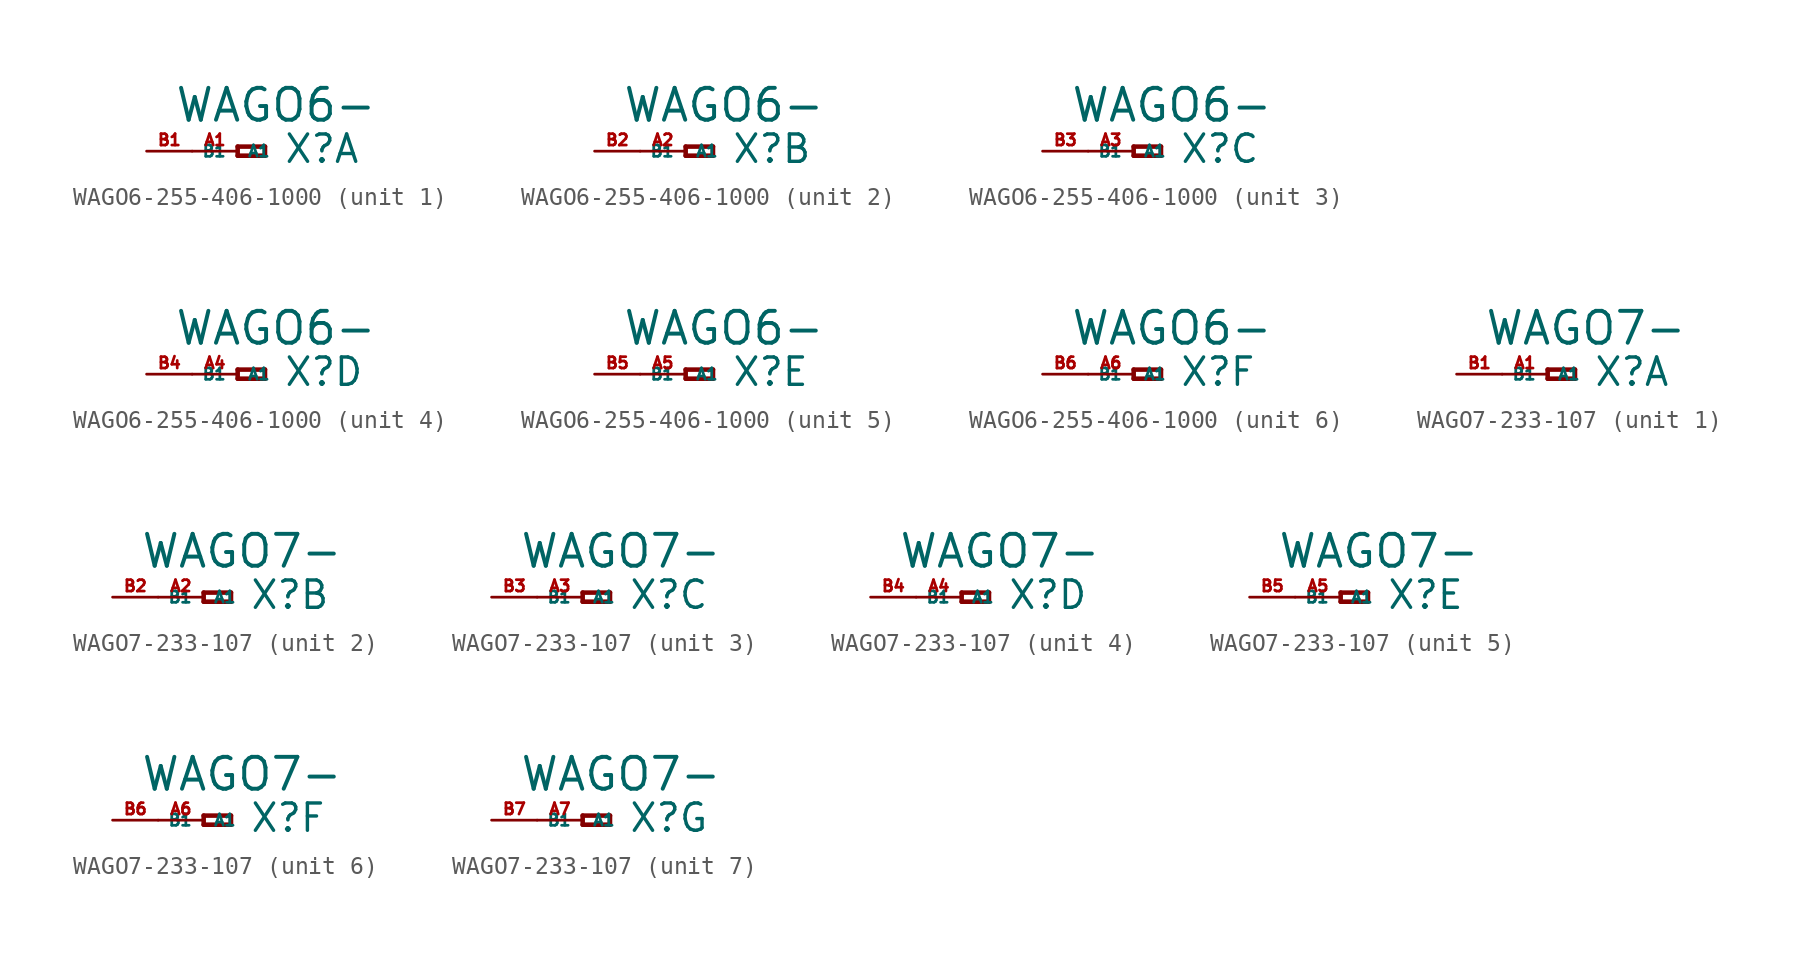
<source format=kicad_sym>
(kicad_symbol_lib
  (version 20220914)
  (generator Eagle2Kicad)
  (symbol "WAGO6-255-406-1000"
    (property "Reference" "X"
      (at 2.54 -0.762 0)
      (effects (font (size 1.524 1.524) (thickness 0.19)) (justify left bottom)))
    (property "Value" "WAGO6-"
      (at -3.556 1.524 0)
      (effects (font (size 1.778 1.778) (thickness 0.22)) (justify left bottom)))
    (symbol "WAGO6-255-406-1000_1_0"
      (polyline (pts (xy 0 0.254) (xy 0 -0.254)) (stroke (width 0.254) (type default)) (fill (type none)))
      (polyline (pts (xy 0 -0.254) (xy 1.524 -0.254)) (stroke (width 0.254) (type default)) (fill (type none)))
      (polyline (pts (xy 1.524 -0.254) (xy 1.524 0.254)) (stroke (width 0.254) (type default)) (fill (type none)))
      (polyline (pts (xy 1.524 0.254) (xy 0 0.254)) (stroke (width 0.254) (type default)) (fill (type none)))
      (pin passive line (at -2.54 0 0) (length 2.54) (name "A1" (effects (font (size 0.635 0.635) (thickness 0.08)) (justify left bottom))) (number "A1" (effects (font (size 0.635 0.635) (thickness 0.08)) (justify left bottom))))
      (pin passive line (at -5.08 0 0) (length 2.54) (name "B1" (effects (font (size 0.635 0.635) (thickness 0.08)) (justify left bottom))) (number "B1" (effects (font (size 0.635 0.635) (thickness 0.08)) (justify left bottom)))))
    (symbol "WAGO6-255-406-1000_2_0"
      (polyline (pts (xy 0 0.254) (xy 0 -0.254)) (stroke (width 0.254) (type default)) (fill (type none)))
      (polyline (pts (xy 0 -0.254) (xy 1.524 -0.254)) (stroke (width 0.254) (type default)) (fill (type none)))
      (polyline (pts (xy 1.524 -0.254) (xy 1.524 0.254)) (stroke (width 0.254) (type default)) (fill (type none)))
      (polyline (pts (xy 1.524 0.254) (xy 0 0.254)) (stroke (width 0.254) (type default)) (fill (type none)))
      (pin passive line (at -2.54 0 0) (length 2.54) (name "A1" (effects (font (size 0.635 0.635) (thickness 0.08)) (justify left bottom))) (number "A2" (effects (font (size 0.635 0.635) (thickness 0.08)) (justify left bottom))))
      (pin passive line (at -5.08 0 0) (length 2.54) (name "B1" (effects (font (size 0.635 0.635) (thickness 0.08)) (justify left bottom))) (number "B2" (effects (font (size 0.635 0.635) (thickness 0.08)) (justify left bottom)))))
    (symbol "WAGO6-255-406-1000_3_0"
      (polyline (pts (xy 0 0.254) (xy 0 -0.254)) (stroke (width 0.254) (type default)) (fill (type none)))
      (polyline (pts (xy 0 -0.254) (xy 1.524 -0.254)) (stroke (width 0.254) (type default)) (fill (type none)))
      (polyline (pts (xy 1.524 -0.254) (xy 1.524 0.254)) (stroke (width 0.254) (type default)) (fill (type none)))
      (polyline (pts (xy 1.524 0.254) (xy 0 0.254)) (stroke (width 0.254) (type default)) (fill (type none)))
      (pin passive line (at -2.54 0 0) (length 2.54) (name "A1" (effects (font (size 0.635 0.635) (thickness 0.08)) (justify left bottom))) (number "A3" (effects (font (size 0.635 0.635) (thickness 0.08)) (justify left bottom))))
      (pin passive line (at -5.08 0 0) (length 2.54) (name "B1" (effects (font (size 0.635 0.635) (thickness 0.08)) (justify left bottom))) (number "B3" (effects (font (size 0.635 0.635) (thickness 0.08)) (justify left bottom)))))
    (symbol "WAGO6-255-406-1000_4_0"
      (polyline (pts (xy 0 0.254) (xy 0 -0.254)) (stroke (width 0.254) (type default)) (fill (type none)))
      (polyline (pts (xy 0 -0.254) (xy 1.524 -0.254)) (stroke (width 0.254) (type default)) (fill (type none)))
      (polyline (pts (xy 1.524 -0.254) (xy 1.524 0.254)) (stroke (width 0.254) (type default)) (fill (type none)))
      (polyline (pts (xy 1.524 0.254) (xy 0 0.254)) (stroke (width 0.254) (type default)) (fill (type none)))
      (pin passive line (at -2.54 0 0) (length 2.54) (name "A1" (effects (font (size 0.635 0.635) (thickness 0.08)) (justify left bottom))) (number "A4" (effects (font (size 0.635 0.635) (thickness 0.08)) (justify left bottom))))
      (pin passive line (at -5.08 0 0) (length 2.54) (name "B1" (effects (font (size 0.635 0.635) (thickness 0.08)) (justify left bottom))) (number "B4" (effects (font (size 0.635 0.635) (thickness 0.08)) (justify left bottom)))))
    (symbol "WAGO6-255-406-1000_5_0"
      (polyline (pts (xy 0 0.254) (xy 0 -0.254)) (stroke (width 0.254) (type default)) (fill (type none)))
      (polyline (pts (xy 0 -0.254) (xy 1.524 -0.254)) (stroke (width 0.254) (type default)) (fill (type none)))
      (polyline (pts (xy 1.524 -0.254) (xy 1.524 0.254)) (stroke (width 0.254) (type default)) (fill (type none)))
      (polyline (pts (xy 1.524 0.254) (xy 0 0.254)) (stroke (width 0.254) (type default)) (fill (type none)))
      (pin passive line (at -2.54 0 0) (length 2.54) (name "A1" (effects (font (size 0.635 0.635) (thickness 0.08)) (justify left bottom))) (number "A5" (effects (font (size 0.635 0.635) (thickness 0.08)) (justify left bottom))))
      (pin passive line (at -5.08 0 0) (length 2.54) (name "B1" (effects (font (size 0.635 0.635) (thickness 0.08)) (justify left bottom))) (number "B5" (effects (font (size 0.635 0.635) (thickness 0.08)) (justify left bottom)))))
    (symbol "WAGO6-255-406-1000_6_0"
      (polyline (pts (xy 0 0.254) (xy 0 -0.254)) (stroke (width 0.254) (type default)) (fill (type none)))
      (polyline (pts (xy 0 -0.254) (xy 1.524 -0.254)) (stroke (width 0.254) (type default)) (fill (type none)))
      (polyline (pts (xy 1.524 -0.254) (xy 1.524 0.254)) (stroke (width 0.254) (type default)) (fill (type none)))
      (polyline (pts (xy 1.524 0.254) (xy 0 0.254)) (stroke (width 0.254) (type default)) (fill (type none)))
      (pin passive line (at -2.54 0 0) (length 2.54) (name "A1" (effects (font (size 0.635 0.635) (thickness 0.08)) (justify left bottom))) (number "A6" (effects (font (size 0.635 0.635) (thickness 0.08)) (justify left bottom))))
      (pin passive line (at -5.08 0 0) (length 2.54) (name "B1" (effects (font (size 0.635 0.635) (thickness 0.08)) (justify left bottom))) (number "B6" (effects (font (size 0.635 0.635) (thickness 0.08)) (justify left bottom))))))
  (symbol "WAGO7-233-107"
    (property "Reference" "X"
      (at 2.54 -0.762 0)
      (effects (font (size 1.524 1.524) (thickness 0.19)) (justify left bottom)))
    (property "Value" "WAGO7-"
      (at -3.556 1.524 0)
      (effects (font (size 1.778 1.778) (thickness 0.22)) (justify left bottom)))
    (symbol "WAGO7-233-107_1_0"
      (polyline (pts (xy 0 0.254) (xy 0 -0.254)) (stroke (width 0.254) (type default)) (fill (type none)))
      (polyline (pts (xy 0 -0.254) (xy 1.524 -0.254)) (stroke (width 0.254) (type default)) (fill (type none)))
      (polyline (pts (xy 1.524 -0.254) (xy 1.524 0.254)) (stroke (width 0.254) (type default)) (fill (type none)))
      (polyline (pts (xy 1.524 0.254) (xy 0 0.254)) (stroke (width 0.254) (type default)) (fill (type none)))
      (pin passive line (at -2.54 0 0) (length 2.54) (name "A1" (effects (font (size 0.635 0.635) (thickness 0.08)) (justify left bottom))) (number "A1" (effects (font (size 0.635 0.635) (thickness 0.08)) (justify left bottom))))
      (pin passive line (at -5.08 0 0) (length 2.54) (name "B1" (effects (font (size 0.635 0.635) (thickness 0.08)) (justify left bottom))) (number "B1" (effects (font (size 0.635 0.635) (thickness 0.08)) (justify left bottom)))))
    (symbol "WAGO7-233-107_2_0"
      (polyline (pts (xy 0 0.254) (xy 0 -0.254)) (stroke (width 0.254) (type default)) (fill (type none)))
      (polyline (pts (xy 0 -0.254) (xy 1.524 -0.254)) (stroke (width 0.254) (type default)) (fill (type none)))
      (polyline (pts (xy 1.524 -0.254) (xy 1.524 0.254)) (stroke (width 0.254) (type default)) (fill (type none)))
      (polyline (pts (xy 1.524 0.254) (xy 0 0.254)) (stroke (width 0.254) (type default)) (fill (type none)))
      (pin passive line (at -2.54 0 0) (length 2.54) (name "A1" (effects (font (size 0.635 0.635) (thickness 0.08)) (justify left bottom))) (number "A2" (effects (font (size 0.635 0.635) (thickness 0.08)) (justify left bottom))))
      (pin passive line (at -5.08 0 0) (length 2.54) (name "B1" (effects (font (size 0.635 0.635) (thickness 0.08)) (justify left bottom))) (number "B2" (effects (font (size 0.635 0.635) (thickness 0.08)) (justify left bottom)))))
    (symbol "WAGO7-233-107_3_0"
      (polyline (pts (xy 0 0.254) (xy 0 -0.254)) (stroke (width 0.254) (type default)) (fill (type none)))
      (polyline (pts (xy 0 -0.254) (xy 1.524 -0.254)) (stroke (width 0.254) (type default)) (fill (type none)))
      (polyline (pts (xy 1.524 -0.254) (xy 1.524 0.254)) (stroke (width 0.254) (type default)) (fill (type none)))
      (polyline (pts (xy 1.524 0.254) (xy 0 0.254)) (stroke (width 0.254) (type default)) (fill (type none)))
      (pin passive line (at -2.54 0 0) (length 2.54) (name "A1" (effects (font (size 0.635 0.635) (thickness 0.08)) (justify left bottom))) (number "A3" (effects (font (size 0.635 0.635) (thickness 0.08)) (justify left bottom))))
      (pin passive line (at -5.08 0 0) (length 2.54) (name "B1" (effects (font (size 0.635 0.635) (thickness 0.08)) (justify left bottom))) (number "B3" (effects (font (size 0.635 0.635) (thickness 0.08)) (justify left bottom)))))
    (symbol "WAGO7-233-107_4_0"
      (polyline (pts (xy 0 0.254) (xy 0 -0.254)) (stroke (width 0.254) (type default)) (fill (type none)))
      (polyline (pts (xy 0 -0.254) (xy 1.524 -0.254)) (stroke (width 0.254) (type default)) (fill (type none)))
      (polyline (pts (xy 1.524 -0.254) (xy 1.524 0.254)) (stroke (width 0.254) (type default)) (fill (type none)))
      (polyline (pts (xy 1.524 0.254) (xy 0 0.254)) (stroke (width 0.254) (type default)) (fill (type none)))
      (pin passive line (at -2.54 0 0) (length 2.54) (name "A1" (effects (font (size 0.635 0.635) (thickness 0.08)) (justify left bottom))) (number "A4" (effects (font (size 0.635 0.635) (thickness 0.08)) (justify left bottom))))
      (pin passive line (at -5.08 0 0) (length 2.54) (name "B1" (effects (font (size 0.635 0.635) (thickness 0.08)) (justify left bottom))) (number "B4" (effects (font (size 0.635 0.635) (thickness 0.08)) (justify left bottom)))))
    (symbol "WAGO7-233-107_5_0"
      (polyline (pts (xy 0 0.254) (xy 0 -0.254)) (stroke (width 0.254) (type default)) (fill (type none)))
      (polyline (pts (xy 0 -0.254) (xy 1.524 -0.254)) (stroke (width 0.254) (type default)) (fill (type none)))
      (polyline (pts (xy 1.524 -0.254) (xy 1.524 0.254)) (stroke (width 0.254) (type default)) (fill (type none)))
      (polyline (pts (xy 1.524 0.254) (xy 0 0.254)) (stroke (width 0.254) (type default)) (fill (type none)))
      (pin passive line (at -2.54 0 0) (length 2.54) (name "A1" (effects (font (size 0.635 0.635) (thickness 0.08)) (justify left bottom))) (number "A5" (effects (font (size 0.635 0.635) (thickness 0.08)) (justify left bottom))))
      (pin passive line (at -5.08 0 0) (length 2.54) (name "B1" (effects (font (size 0.635 0.635) (thickness 0.08)) (justify left bottom))) (number "B5" (effects (font (size 0.635 0.635) (thickness 0.08)) (justify left bottom)))))
    (symbol "WAGO7-233-107_6_0"
      (polyline (pts (xy 0 0.254) (xy 0 -0.254)) (stroke (width 0.254) (type default)) (fill (type none)))
      (polyline (pts (xy 0 -0.254) (xy 1.524 -0.254)) (stroke (width 0.254) (type default)) (fill (type none)))
      (polyline (pts (xy 1.524 -0.254) (xy 1.524 0.254)) (stroke (width 0.254) (type default)) (fill (type none)))
      (polyline (pts (xy 1.524 0.254) (xy 0 0.254)) (stroke (width 0.254) (type default)) (fill (type none)))
      (pin passive line (at -2.54 0 0) (length 2.54) (name "A1" (effects (font (size 0.635 0.635) (thickness 0.08)) (justify left bottom))) (number "A6" (effects (font (size 0.635 0.635) (thickness 0.08)) (justify left bottom))))
      (pin passive line (at -5.08 0 0) (length 2.54) (name "B1" (effects (font (size 0.635 0.635) (thickness 0.08)) (justify left bottom))) (number "B6" (effects (font (size 0.635 0.635) (thickness 0.08)) (justify left bottom)))))
    (symbol "WAGO7-233-107_7_0"
      (polyline (pts (xy 0 0.254) (xy 0 -0.254)) (stroke (width 0.254) (type default)) (fill (type none)))
      (polyline (pts (xy 0 -0.254) (xy 1.524 -0.254)) (stroke (width 0.254) (type default)) (fill (type none)))
      (polyline (pts (xy 1.524 -0.254) (xy 1.524 0.254)) (stroke (width 0.254) (type default)) (fill (type none)))
      (polyline (pts (xy 1.524 0.254) (xy 0 0.254)) (stroke (width 0.254) (type default)) (fill (type none)))
      (pin passive line (at -2.54 0 0) (length 2.54) (name "A1" (effects (font (size 0.635 0.635) (thickness 0.08)) (justify left bottom))) (number "A7" (effects (font (size 0.635 0.635) (thickness 0.08)) (justify left bottom))))
      (pin passive line (at -5.08 0 0) (length 2.54) (name "B1" (effects (font (size 0.635 0.635) (thickness 0.08)) (justify left bottom))) (number "B7" (effects (font (size 0.635 0.635) (thickness 0.08)) (justify left bottom)))))))
</source>
